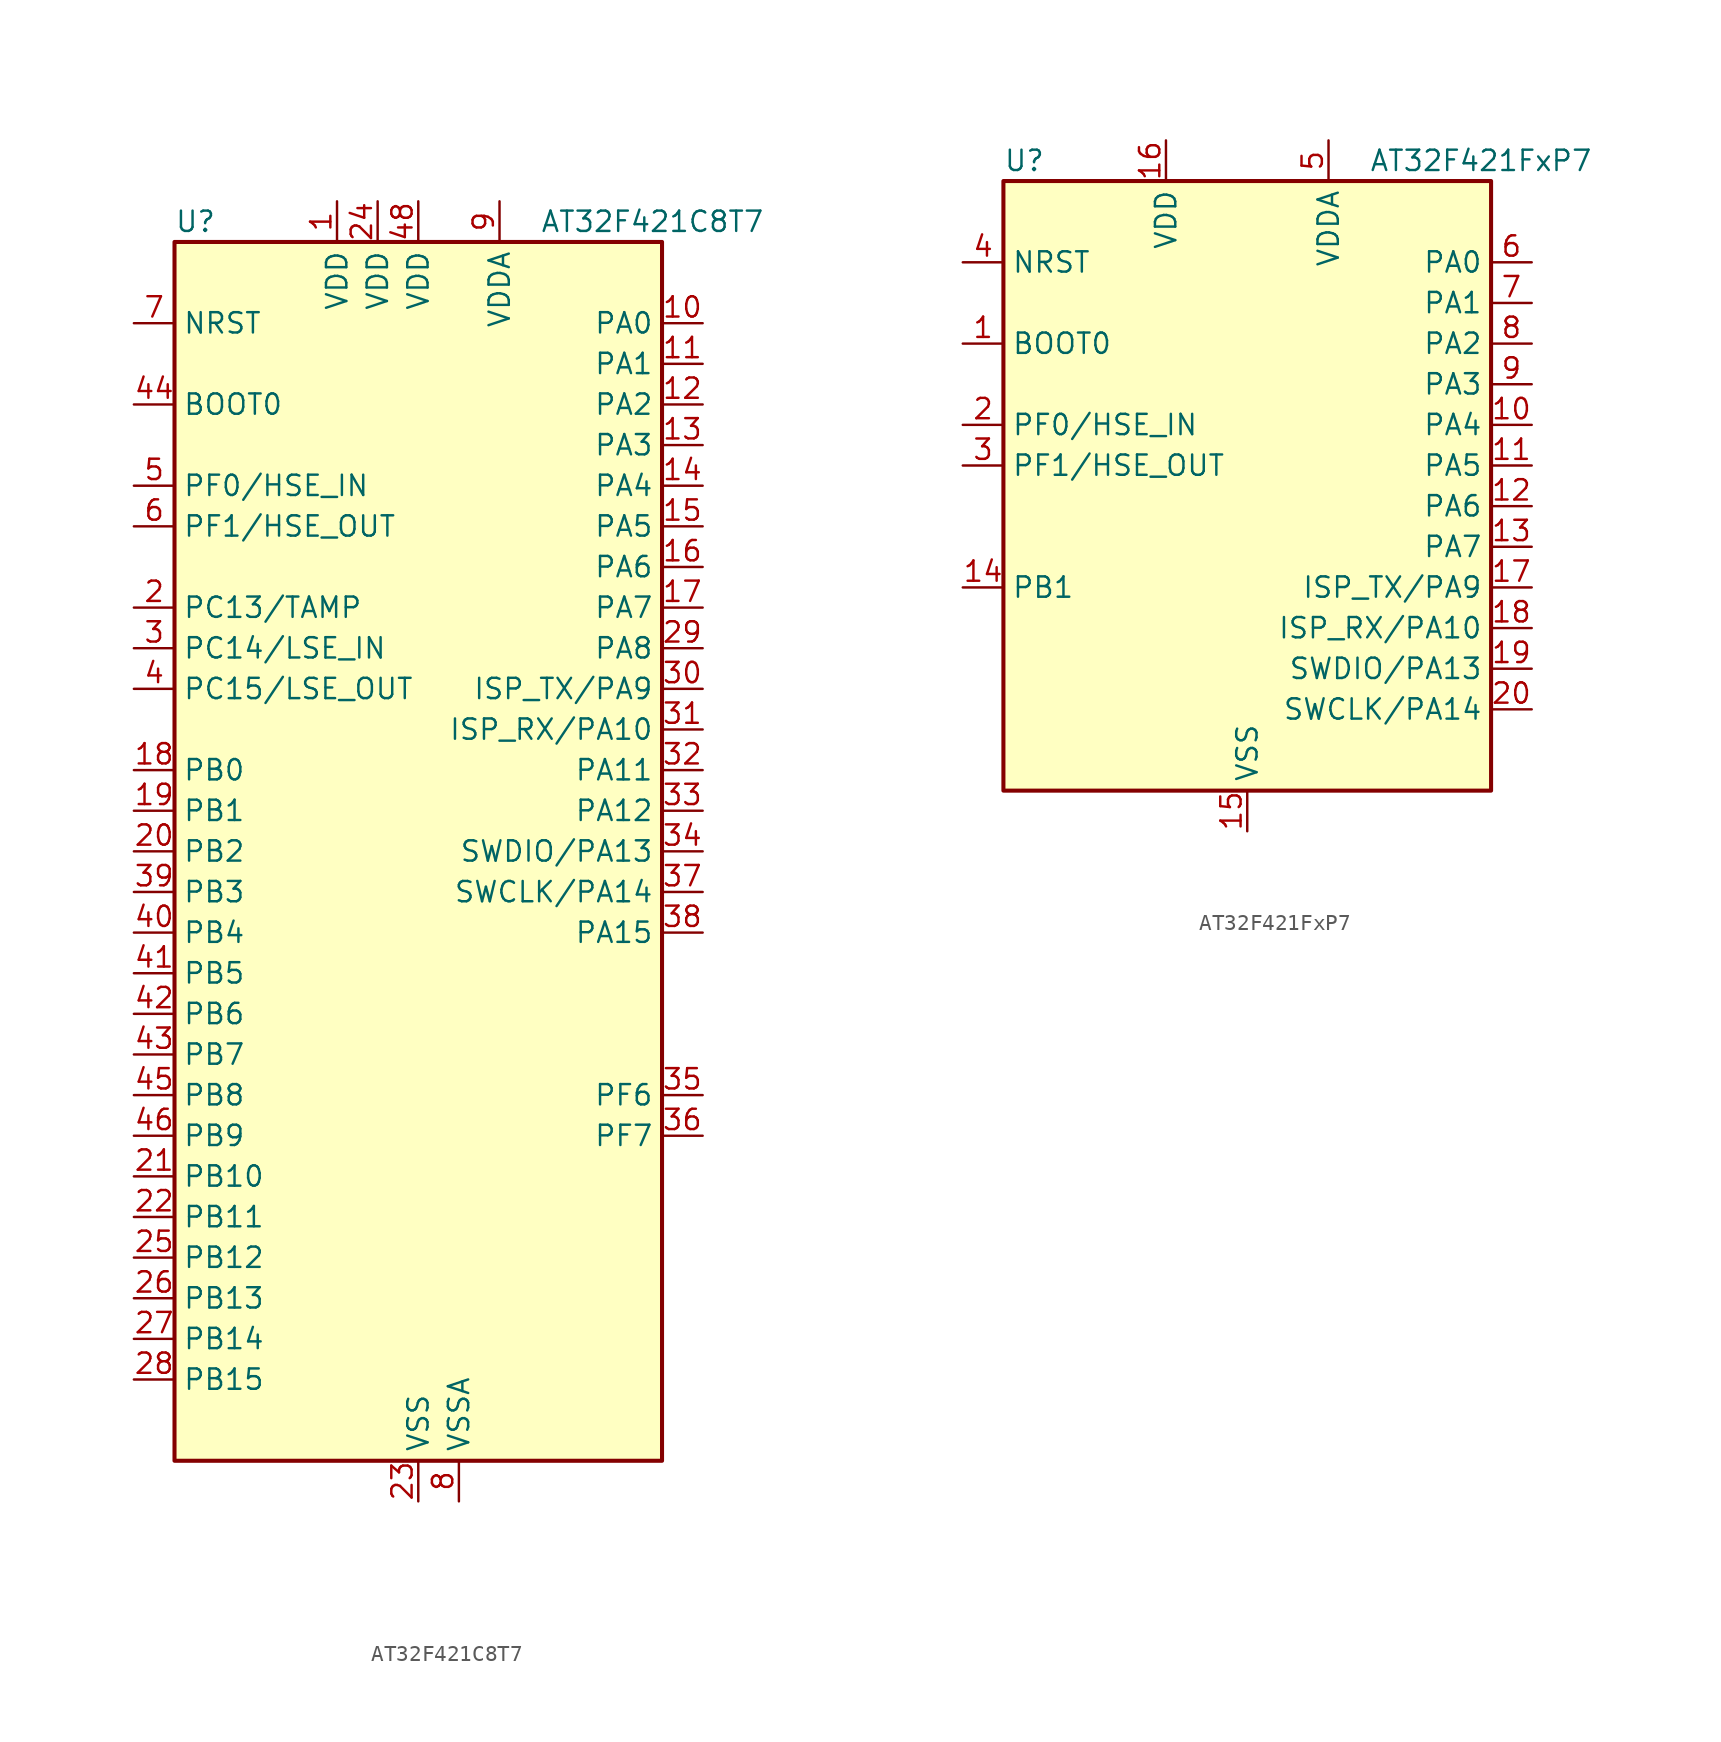
<source format=kicad_sym>
(kicad_symbol_lib
  (version 20241209)
  (generator "kicad_symbol_editor")
  (generator_version "9.0")
  (symbol "AT32F421C8T7"
    (property "Reference" "U"
      (at -15.24 39.37 0)
      (effects (font (size 1.27 1.27)) (justify left)))
    (property "Value" "AT32F421C8T7"
      (at 7.62 39.37 0)
      (effects (font (size 1.27 1.27)) (justify left)))
    (symbol "AT32F421C8T7_0_1"
      (rectangle (start -15.24 -38.1) (end 15.24 38.1) (stroke (width 0.254) (type default)) (fill (type background))))
    (symbol "AT32F421C8T7_1_1"
      (pin input line (at -17.78 33.02 0) (length 2.54) (name "NRST" (effects (font (size 1.27 1.27)))) (number "7" (effects (font (size 1.27 1.27)))))
      (pin input line (at -17.78 27.94 0) (length 2.54) (name "BOOT0" (effects (font (size 1.27 1.27)))) (number "44" (effects (font (size 1.27 1.27)))))
      (pin bidirectional line (at -17.78 22.86 0) (length 2.54) (name "PF0/HSE_IN" (effects (font (size 1.27 1.27)))) (number "5" (effects (font (size 1.27 1.27)))) (alternate "RCC_OSC_IN" bidirectional line))
      (pin bidirectional line (at -17.78 20.32 0) (length 2.54) (name "PF1/HSE_OUT" (effects (font (size 1.27 1.27)))) (number "6" (effects (font (size 1.27 1.27)))) (alternate "RCC_OSC_OUT" bidirectional line))
      (pin bidirectional line (at -17.78 15.24 0) (length 2.54) (name "PC13/TAMP" (effects (font (size 1.27 1.27)))) (number "2" (effects (font (size 1.27 1.27)))) (alternate "RTC_OUT" bidirectional line) (alternate "RTC_TAMPER" bidirectional line))
      (pin bidirectional line (at -17.78 12.7 0) (length 2.54) (name "PC14/LSE_IN" (effects (font (size 1.27 1.27)))) (number "3" (effects (font (size 1.27 1.27)))) (alternate "RCC_OSC32_IN" bidirectional line))
      (pin bidirectional line (at -17.78 10.16 0) (length 2.54) (name "PC15/LSE_OUT" (effects (font (size 1.27 1.27)))) (number "4" (effects (font (size 1.27 1.27)))) (alternate "ADC1_EXTI15" bidirectional line) (alternate "ADC2_EXTI15" bidirectional line) (alternate "RCC_OSC32_OUT" bidirectional line))
      (pin bidirectional line (at -17.78 5.08 0) (length 2.54) (name "PB0" (effects (font (size 1.27 1.27)))) (number "18" (effects (font (size 1.27 1.27)))) (alternate "ADC1_IN8" bidirectional line) (alternate "ADC2_IN8" bidirectional line) (alternate "TIM1_CH2N" bidirectional line) (alternate "TIM3_CH3" bidirectional line))
      (pin bidirectional line (at -17.78 2.54 0) (length 2.54) (name "PB1" (effects (font (size 1.27 1.27)))) (number "19" (effects (font (size 1.27 1.27)))) (alternate "ADC1_IN9" bidirectional line) (alternate "ADC2_IN9" bidirectional line) (alternate "TIM1_CH3N" bidirectional line) (alternate "TIM3_CH4" bidirectional line))
      (pin bidirectional line (at -17.78 0 0) (length 2.54) (name "PB2" (effects (font (size 1.27 1.27)))) (number "20" (effects (font (size 1.27 1.27)))))
      (pin bidirectional line (at -17.78 -2.54 0) (length 2.54) (name "PB3" (effects (font (size 1.27 1.27)))) (number "39" (effects (font (size 1.27 1.27)))) (alternate "SPI1_SCK" bidirectional line) (alternate "SYS_JTDO-TRACESWO" bidirectional line) (alternate "TIM2_CH2" bidirectional line))
      (pin bidirectional line (at -17.78 -5.08 0) (length 2.54) (name "PB4" (effects (font (size 1.27 1.27)))) (number "40" (effects (font (size 1.27 1.27)))) (alternate "SPI1_MISO" bidirectional line) (alternate "SYS_NJTRST" bidirectional line) (alternate "TIM3_CH1" bidirectional line))
      (pin bidirectional line (at -17.78 -7.62 0) (length 2.54) (name "PB5" (effects (font (size 1.27 1.27)))) (number "41" (effects (font (size 1.27 1.27)))) (alternate "I2C1_SMBA" bidirectional line) (alternate "SPI1_MOSI" bidirectional line) (alternate "TIM3_CH2" bidirectional line))
      (pin bidirectional line (at -17.78 -10.16 0) (length 2.54) (name "PB6" (effects (font (size 1.27 1.27)))) (number "42" (effects (font (size 1.27 1.27)))) (alternate "I2C1_SCL" bidirectional line) (alternate "TIM4_CH1" bidirectional line) (alternate "USART1_TX" bidirectional line))
      (pin bidirectional line (at -17.78 -12.7 0) (length 2.54) (name "PB7" (effects (font (size 1.27 1.27)))) (number "43" (effects (font (size 1.27 1.27)))) (alternate "I2C1_SDA" bidirectional line) (alternate "TIM4_CH2" bidirectional line) (alternate "USART1_RX" bidirectional line))
      (pin bidirectional line (at -17.78 -15.24 0) (length 2.54) (name "PB8" (effects (font (size 1.27 1.27)))) (number "45" (effects (font (size 1.27 1.27)))) (alternate "CAN_RX" bidirectional line) (alternate "I2C1_SCL" bidirectional line) (alternate "TIM4_CH3" bidirectional line))
      (pin bidirectional line (at -17.78 -17.78 0) (length 2.54) (name "PB9" (effects (font (size 1.27 1.27)))) (number "46" (effects (font (size 1.27 1.27)))) (alternate "CAN_TX" bidirectional line) (alternate "I2C1_SDA" bidirectional line) (alternate "TIM4_CH4" bidirectional line))
      (pin bidirectional line (at -17.78 -20.32 0) (length 2.54) (name "PB10" (effects (font (size 1.27 1.27)))) (number "21" (effects (font (size 1.27 1.27)))) (alternate "I2C2_SCL" bidirectional line) (alternate "TIM2_CH3" bidirectional line) (alternate "USART3_TX" bidirectional line))
      (pin bidirectional line (at -17.78 -22.86 0) (length 2.54) (name "PB11" (effects (font (size 1.27 1.27)))) (number "22" (effects (font (size 1.27 1.27)))) (alternate "ADC1_EXTI11" bidirectional line) (alternate "ADC2_EXTI11" bidirectional line) (alternate "I2C2_SDA" bidirectional line) (alternate "TIM2_CH4" bidirectional line) (alternate "USART3_RX" bidirectional line))
      (pin bidirectional line (at -17.78 -25.4 0) (length 2.54) (name "PB12" (effects (font (size 1.27 1.27)))) (number "25" (effects (font (size 1.27 1.27)))) (alternate "I2C2_SMBA" bidirectional line) (alternate "SPI2_NSS" bidirectional line) (alternate "TIM1_BKIN" bidirectional line) (alternate "USART3_CK" bidirectional line))
      (pin bidirectional line (at -17.78 -27.94 0) (length 2.54) (name "PB13" (effects (font (size 1.27 1.27)))) (number "26" (effects (font (size 1.27 1.27)))) (alternate "SPI2_SCK" bidirectional line) (alternate "TIM1_CH1N" bidirectional line) (alternate "USART3_CTS" bidirectional line))
      (pin bidirectional line (at -17.78 -30.48 0) (length 2.54) (name "PB14" (effects (font (size 1.27 1.27)))) (number "27" (effects (font (size 1.27 1.27)))) (alternate "SPI2_MISO" bidirectional line) (alternate "TIM1_CH2N" bidirectional line) (alternate "USART3_RTS" bidirectional line))
      (pin bidirectional line (at -17.78 -33.02 0) (length 2.54) (name "PB15" (effects (font (size 1.27 1.27)))) (number "28" (effects (font (size 1.27 1.27)))) (alternate "ADC1_EXTI15" bidirectional line) (alternate "ADC2_EXTI15" bidirectional line) (alternate "SPI2_MOSI" bidirectional line) (alternate "TIM1_CH3N" bidirectional line))
      (pin power_in line (at -5.08 40.64 270) (length 2.54) (name "VDD" (effects (font (size 1.27 1.27)))) (number "1" (effects (font (size 1.27 1.27)))))
      (pin power_in line (at -2.54 40.64 270) (length 2.54) (name "VDD" (effects (font (size 1.27 1.27)))) (number "24" (effects (font (size 1.27 1.27)))))
      (pin power_in line (at 0 40.64 270) (length 2.54) (name "VDD" (effects (font (size 1.27 1.27)))) (number "48" (effects (font (size 1.27 1.27)))))
      (pin power_in line (at 0 -40.64 90) (length 2.54) (name "VSS" (effects (font (size 1.27 1.27)))) (number "23" (effects (font (size 1.27 1.27)))))
      (pin passive line (at 0 -40.64 90) (length 2.54) (hide yes) (name "VSS" (effects (font (size 1.27 1.27)))) (number "47" (effects (font (size 1.27 1.27)))))
      (pin power_in line (at 2.54 -40.64 90) (length 2.54) (name "VSSA" (effects (font (size 1.27 1.27)))) (number "8" (effects (font (size 1.27 1.27)))))
      (pin power_in line (at 5.08 40.64 270) (length 2.54) (name "VDDA" (effects (font (size 1.27 1.27)))) (number "9" (effects (font (size 1.27 1.27)))))
      (pin bidirectional line (at 17.78 33.02 180) (length 2.54) (name "PA0" (effects (font (size 1.27 1.27)))) (number "10" (effects (font (size 1.27 1.27)))) (alternate "ADC1_IN0" bidirectional line) (alternate "ADC2_IN0" bidirectional line) (alternate "SYS_WKUP" bidirectional line) (alternate "TIM2_CH1" bidirectional line) (alternate "TIM2_ETR" bidirectional line) (alternate "USART2_CTS" bidirectional line))
      (pin bidirectional line (at 17.78 30.48 180) (length 2.54) (name "PA1" (effects (font (size 1.27 1.27)))) (number "11" (effects (font (size 1.27 1.27)))) (alternate "ADC1_IN1" bidirectional line) (alternate "ADC2_IN1" bidirectional line) (alternate "TIM2_CH2" bidirectional line) (alternate "USART2_RTS" bidirectional line))
      (pin bidirectional line (at 17.78 27.94 180) (length 2.54) (name "PA2" (effects (font (size 1.27 1.27)))) (number "12" (effects (font (size 1.27 1.27)))) (alternate "ADC1_IN2" bidirectional line) (alternate "ADC2_IN2" bidirectional line) (alternate "TIM2_CH3" bidirectional line) (alternate "USART2_TX" bidirectional line))
      (pin bidirectional line (at 17.78 25.4 180) (length 2.54) (name "PA3" (effects (font (size 1.27 1.27)))) (number "13" (effects (font (size 1.27 1.27)))) (alternate "ADC1_IN3" bidirectional line) (alternate "ADC2_IN3" bidirectional line) (alternate "TIM2_CH4" bidirectional line) (alternate "USART2_RX" bidirectional line))
      (pin bidirectional line (at 17.78 22.86 180) (length 2.54) (name "PA4" (effects (font (size 1.27 1.27)))) (number "14" (effects (font (size 1.27 1.27)))) (alternate "ADC1_IN4" bidirectional line) (alternate "ADC2_IN4" bidirectional line) (alternate "SPI1_NSS" bidirectional line) (alternate "USART2_CK" bidirectional line))
      (pin bidirectional line (at 17.78 20.32 180) (length 2.54) (name "PA5" (effects (font (size 1.27 1.27)))) (number "15" (effects (font (size 1.27 1.27)))) (alternate "ADC1_IN5" bidirectional line) (alternate "ADC2_IN5" bidirectional line) (alternate "SPI1_SCK" bidirectional line))
      (pin bidirectional line (at 17.78 17.78 180) (length 2.54) (name "PA6" (effects (font (size 1.27 1.27)))) (number "16" (effects (font (size 1.27 1.27)))) (alternate "ADC1_IN6" bidirectional line) (alternate "ADC2_IN6" bidirectional line) (alternate "SPI1_MISO" bidirectional line) (alternate "TIM1_BKIN" bidirectional line) (alternate "TIM3_CH1" bidirectional line))
      (pin bidirectional line (at 17.78 15.24 180) (length 2.54) (name "PA7" (effects (font (size 1.27 1.27)))) (number "17" (effects (font (size 1.27 1.27)))) (alternate "ADC1_IN7" bidirectional line) (alternate "ADC2_IN7" bidirectional line) (alternate "SPI1_MOSI" bidirectional line) (alternate "TIM1_CH1N" bidirectional line) (alternate "TIM3_CH2" bidirectional line))
      (pin bidirectional line (at 17.78 12.7 180) (length 2.54) (name "PA8" (effects (font (size 1.27 1.27)))) (number "29" (effects (font (size 1.27 1.27)))) (alternate "RCC_MCO" bidirectional line) (alternate "TIM1_CH1" bidirectional line) (alternate "USART1_CK" bidirectional line))
      (pin bidirectional line (at 17.78 10.16 180) (length 2.54) (name "ISP_TX/PA9" (effects (font (size 1.27 1.27)))) (number "30" (effects (font (size 1.27 1.27)))) (alternate "TIM1_CH2" bidirectional line) (alternate "USART1_TX" bidirectional line))
      (pin bidirectional line (at 17.78 7.62 180) (length 2.54) (name "ISP_RX/PA10" (effects (font (size 1.27 1.27)))) (number "31" (effects (font (size 1.27 1.27)))) (alternate "TIM1_CH3" bidirectional line) (alternate "USART1_RX" bidirectional line))
      (pin bidirectional line (at 17.78 5.08 180) (length 2.54) (name "PA11" (effects (font (size 1.27 1.27)))) (number "32" (effects (font (size 1.27 1.27)))) (alternate "ADC1_EXTI11" bidirectional line) (alternate "ADC2_EXTI11" bidirectional line) (alternate "CAN_RX" bidirectional line) (alternate "TIM1_CH4" bidirectional line) (alternate "USART1_CTS" bidirectional line) (alternate "USB_DM" bidirectional line))
      (pin bidirectional line (at 17.78 2.54 180) (length 2.54) (name "PA12" (effects (font (size 1.27 1.27)))) (number "33" (effects (font (size 1.27 1.27)))) (alternate "CAN_TX" bidirectional line) (alternate "TIM1_ETR" bidirectional line) (alternate "USART1_RTS" bidirectional line) (alternate "USB_DP" bidirectional line))
      (pin bidirectional line (at 17.78 0 180) (length 2.54) (name "SWDIO/PA13" (effects (font (size 1.27 1.27)))) (number "34" (effects (font (size 1.27 1.27)))) (alternate "SYS_JTMS-SWDIO" bidirectional line))
      (pin bidirectional line (at 17.78 -2.54 180) (length 2.54) (name "SWCLK/PA14" (effects (font (size 1.27 1.27)))) (number "37" (effects (font (size 1.27 1.27)))) (alternate "SYS_JTCK-SWCLK" bidirectional line))
      (pin bidirectional line (at 17.78 -5.08 180) (length 2.54) (name "PA15" (effects (font (size 1.27 1.27)))) (number "38" (effects (font (size 1.27 1.27)))) (alternate "ADC1_EXTI15" bidirectional line) (alternate "ADC2_EXTI15" bidirectional line) (alternate "SPI1_NSS" bidirectional line) (alternate "SYS_JTDI" bidirectional line) (alternate "TIM2_CH1" bidirectional line) (alternate "TIM2_ETR" bidirectional line))
      (pin bidirectional line (at 17.78 -15.24 180) (length 2.54) (name "PF6" (effects (font (size 1.27 1.27)))) (number "35" (effects (font (size 1.27 1.27)))))
      (pin bidirectional line (at 17.78 -17.78 180) (length 2.54) (name "PF7" (effects (font (size 1.27 1.27)))) (number "36" (effects (font (size 1.27 1.27)))))))
  (symbol "AT32F421FxP7"
    (property "Reference" "U"
      (at -15.24 21.59 0)
      (effects (font (size 1.27 1.27)) (justify left)))
    (property "Value" "AT32F421FxP7"
      (at 7.62 21.59 0)
      (effects (font (size 1.27 1.27)) (justify left)))
    (symbol "AT32F421FxP7_0_1"
      (rectangle (start -15.24 20.32) (end 15.24 -17.78) (stroke (width 0.254) (type default)) (fill (type background))))
    (symbol "AT32F421FxP7_1_1"
      (pin input line (at -17.78 15.24 0) (length 2.54) (name "NRST" (effects (font (size 1.27 1.27)))) (number "4" (effects (font (size 1.27 1.27)))))
      (pin input line (at -17.78 10.16 0) (length 2.54) (name "BOOT0" (effects (font (size 1.27 1.27)))) (number "1" (effects (font (size 1.27 1.27)))))
      (pin bidirectional line (at -17.78 5.08 0) (length 2.54) (name "PF0/HSE_IN" (effects (font (size 1.27 1.27)))) (number "2" (effects (font (size 1.27 1.27)))) (alternate "RCC_OSC_IN" bidirectional line))
      (pin bidirectional line (at -17.78 2.54 0) (length 2.54) (name "PF1/HSE_OUT" (effects (font (size 1.27 1.27)))) (number "3" (effects (font (size 1.27 1.27)))) (alternate "RCC_OSC_OUT" bidirectional line))
      (pin bidirectional line (at -17.78 -5.08 0) (length 2.54) (name "PB1" (effects (font (size 1.27 1.27)))) (number "14" (effects (font (size 1.27 1.27)))) (alternate "ADC1_IN9" bidirectional line) (alternate "ADC2_IN9" bidirectional line) (alternate "TIM1_CH3N" bidirectional line) (alternate "TIM3_CH4" bidirectional line))
      (pin power_in line (at -5.08 22.86 270) (length 2.54) (name "VDD" (effects (font (size 1.27 1.27)))) (number "16" (effects (font (size 1.27 1.27)))))
      (pin power_in line (at 0 -20.32 90) (length 2.54) (name "VSS" (effects (font (size 1.27 1.27)))) (number "15" (effects (font (size 1.27 1.27)))))
      (pin power_in line (at 5.08 22.86 270) (length 2.54) (name "VDDA" (effects (font (size 1.27 1.27)))) (number "5" (effects (font (size 1.27 1.27)))))
      (pin bidirectional line (at 17.78 15.24 180) (length 2.54) (name "PA0" (effects (font (size 1.27 1.27)))) (number "6" (effects (font (size 1.27 1.27)))) (alternate "ADC1_IN0" bidirectional line) (alternate "ADC2_IN0" bidirectional line) (alternate "SYS_WKUP" bidirectional line) (alternate "TIM2_CH1" bidirectional line) (alternate "TIM2_ETR" bidirectional line) (alternate "USART2_CTS" bidirectional line))
      (pin bidirectional line (at 17.78 12.7 180) (length 2.54) (name "PA1" (effects (font (size 1.27 1.27)))) (number "7" (effects (font (size 1.27 1.27)))) (alternate "ADC1_IN1" bidirectional line) (alternate "ADC2_IN1" bidirectional line) (alternate "TIM2_CH2" bidirectional line) (alternate "USART2_RTS" bidirectional line))
      (pin bidirectional line (at 17.78 10.16 180) (length 2.54) (name "PA2" (effects (font (size 1.27 1.27)))) (number "8" (effects (font (size 1.27 1.27)))) (alternate "ADC1_IN2" bidirectional line) (alternate "ADC2_IN2" bidirectional line) (alternate "TIM2_CH3" bidirectional line) (alternate "USART2_TX" bidirectional line))
      (pin bidirectional line (at 17.78 7.62 180) (length 2.54) (name "PA3" (effects (font (size 1.27 1.27)))) (number "9" (effects (font (size 1.27 1.27)))) (alternate "ADC1_IN3" bidirectional line) (alternate "ADC2_IN3" bidirectional line) (alternate "TIM2_CH4" bidirectional line) (alternate "USART2_RX" bidirectional line))
      (pin bidirectional line (at 17.78 5.08 180) (length 2.54) (name "PA4" (effects (font (size 1.27 1.27)))) (number "10" (effects (font (size 1.27 1.27)))) (alternate "ADC1_IN4" bidirectional line) (alternate "ADC2_IN4" bidirectional line) (alternate "SPI1_NSS" bidirectional line) (alternate "USART2_CK" bidirectional line))
      (pin bidirectional line (at 17.78 2.54 180) (length 2.54) (name "PA5" (effects (font (size 1.27 1.27)))) (number "11" (effects (font (size 1.27 1.27)))) (alternate "ADC1_IN5" bidirectional line) (alternate "ADC2_IN5" bidirectional line) (alternate "SPI1_SCK" bidirectional line))
      (pin bidirectional line (at 17.78 0 180) (length 2.54) (name "PA6" (effects (font (size 1.27 1.27)))) (number "12" (effects (font (size 1.27 1.27)))) (alternate "ADC1_IN6" bidirectional line) (alternate "ADC2_IN6" bidirectional line) (alternate "SPI1_MISO" bidirectional line) (alternate "TIM1_BKIN" bidirectional line) (alternate "TIM3_CH1" bidirectional line))
      (pin bidirectional line (at 17.78 -2.54 180) (length 2.54) (name "PA7" (effects (font (size 1.27 1.27)))) (number "13" (effects (font (size 1.27 1.27)))) (alternate "ADC1_IN7" bidirectional line) (alternate "ADC2_IN7" bidirectional line) (alternate "SPI1_MOSI" bidirectional line) (alternate "TIM1_CH1N" bidirectional line) (alternate "TIM3_CH2" bidirectional line))
      (pin bidirectional line (at 17.78 -5.08 180) (length 2.54) (name "ISP_TX/PA9" (effects (font (size 1.27 1.27)))) (number "17" (effects (font (size 1.27 1.27)))) (alternate "TIM1_CH2" bidirectional line) (alternate "USART1_TX" bidirectional line))
      (pin bidirectional line (at 17.78 -7.62 180) (length 2.54) (name "ISP_RX/PA10" (effects (font (size 1.27 1.27)))) (number "18" (effects (font (size 1.27 1.27)))) (alternate "TIM1_CH3" bidirectional line) (alternate "USART1_RX" bidirectional line))
      (pin bidirectional line (at 17.78 -10.16 180) (length 2.54) (name "SWDIO/PA13" (effects (font (size 1.27 1.27)))) (number "19" (effects (font (size 1.27 1.27)))) (alternate "SYS_JTMS-SWDIO" bidirectional line))
      (pin bidirectional line (at 17.78 -12.7 180) (length 2.54) (name "SWCLK/PA14" (effects (font (size 1.27 1.27)))) (number "20" (effects (font (size 1.27 1.27)))) (alternate "SYS_JTCK-SWCLK" bidirectional line)))))
</source>
